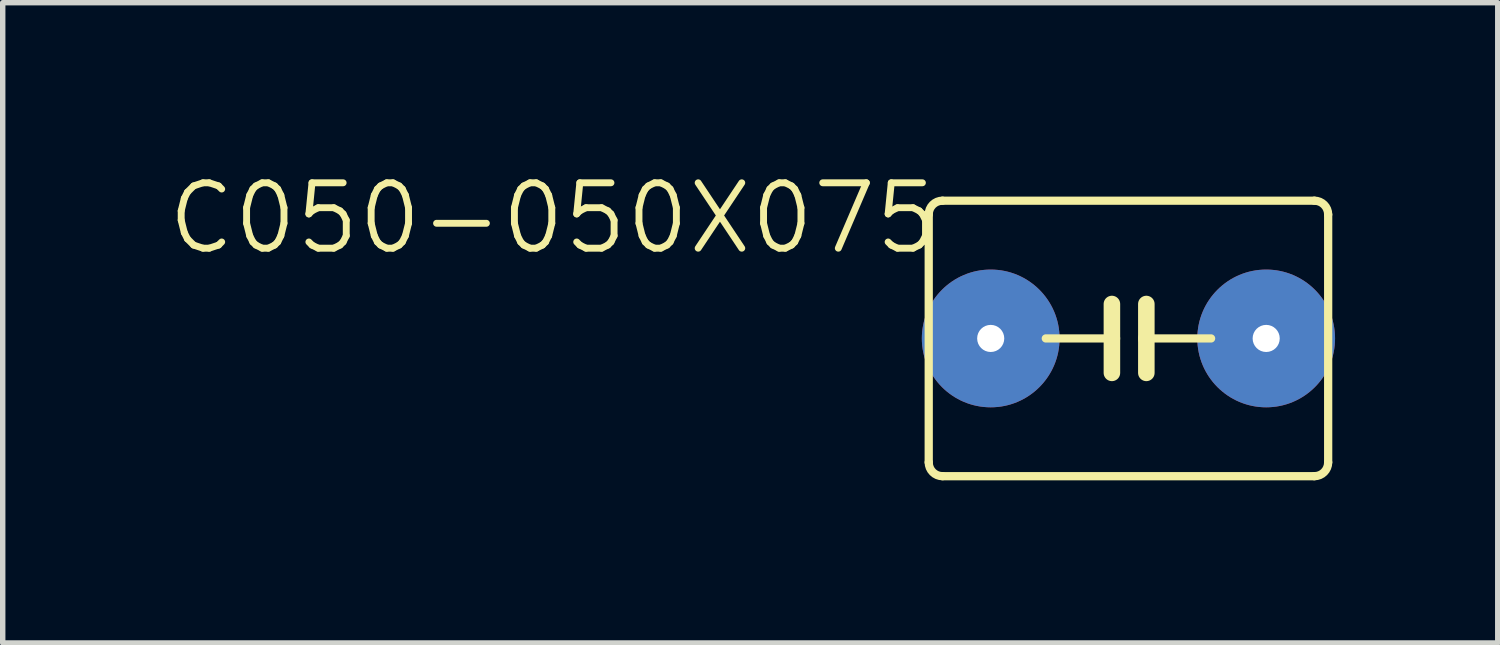
<source format=kicad_pcb>
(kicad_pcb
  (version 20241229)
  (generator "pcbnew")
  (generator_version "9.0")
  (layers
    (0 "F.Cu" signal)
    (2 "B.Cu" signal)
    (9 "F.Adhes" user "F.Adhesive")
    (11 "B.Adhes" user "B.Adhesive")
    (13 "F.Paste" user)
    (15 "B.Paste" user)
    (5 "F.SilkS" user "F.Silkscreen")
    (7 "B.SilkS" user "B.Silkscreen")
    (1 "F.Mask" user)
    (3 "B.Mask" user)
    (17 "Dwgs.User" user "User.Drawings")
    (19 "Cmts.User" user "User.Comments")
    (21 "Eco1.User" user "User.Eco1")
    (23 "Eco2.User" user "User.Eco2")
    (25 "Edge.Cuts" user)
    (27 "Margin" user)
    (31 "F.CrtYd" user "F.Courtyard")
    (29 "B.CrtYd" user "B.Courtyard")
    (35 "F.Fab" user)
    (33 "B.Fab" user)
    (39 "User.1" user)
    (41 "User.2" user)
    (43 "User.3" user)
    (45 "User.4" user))
  (footprint "C050-050X075"
    (layer "F.Cu")
    (at 17.759 3.191)
    (property "Reference" "C050-050X075" (at -3.429 -2.921 0) (layer "F.SilkS") (effects (font (size 1.206 1.206) (thickness 0.127)) (justify right top)))
    (attr through_hole)
    (fp_line (start -3.683 -2.286) (end -3.683 2.286) (stroke (width 0.152) (type solid)) (layer "F.SilkS"))
    (fp_line (start -3.429 2.54) (end 3.429 2.54) (stroke (width 0.152) (type solid)) (layer "F.SilkS"))
    (fp_line (start -0.305 -0.635) (end -0.305 0) (stroke (width 0.305) (type solid)) (layer "F.SilkS"))
    (fp_line (start -0.305 0) (end -1.524 0) (stroke (width 0.152) (type solid)) (layer "F.SilkS"))
    (fp_line (start -0.305 0) (end -0.305 0.635) (stroke (width 0.305) (type solid)) (layer "F.SilkS"))
    (fp_line (start 0.33 -0.635) (end 0.33 0) (stroke (width 0.305) (type solid)) (layer "F.SilkS"))
    (fp_line (start 0.33 0) (end 0.33 0.635) (stroke (width 0.305) (type solid)) (layer "F.SilkS"))
    (fp_line (start 0.33 0) (end 1.524 0) (stroke (width 0.152) (type solid)) (layer "F.SilkS"))
    (fp_line (start 3.429 -2.54) (end -3.429 -2.54) (stroke (width 0.152) (type solid)) (layer "F.SilkS"))
    (fp_line (start 3.683 2.286) (end 3.683 -2.286) (stroke (width 0.152) (type solid)) (layer "F.SilkS"))
    (fp_arc (start -3.683 -2.286) (mid -3.608605 -2.465605) (end -3.429 -2.54) (stroke (width 0.1524) (type solid)) (layer "F.SilkS"))
    (fp_arc (start -3.429 2.54) (mid -3.608605 2.465605) (end -3.683 2.286) (stroke (width 0.1524) (type solid)) (layer "F.SilkS"))
    (fp_arc (start 3.429 -2.54) (mid 3.608605 -2.465605) (end 3.683 -2.286) (stroke (width 0.1524) (type solid)) (layer "F.SilkS"))
    (fp_arc (start 3.683 2.286) (mid 3.608605 2.465605) (end 3.429 2.54) (stroke (width 0.1524) (type solid)) (layer "F.SilkS"))
    (pad "1" thru_hole circle (at -2.54 0) (size 2.54 2.54) (drill 0.5) (layers "*.Cu" "*.Mask"))
    (pad "2" thru_hole circle (at 2.54 0) (size 2.54 2.54) (drill 0.5) (layers "*.Cu" "*.Mask")))
  (gr_rect
    (start -3 -3)
    (end 24.569 8.807)
    (stroke (width 0.1) (type default))
    (fill no)
    (layer "Edge.Cuts")))
</source>
